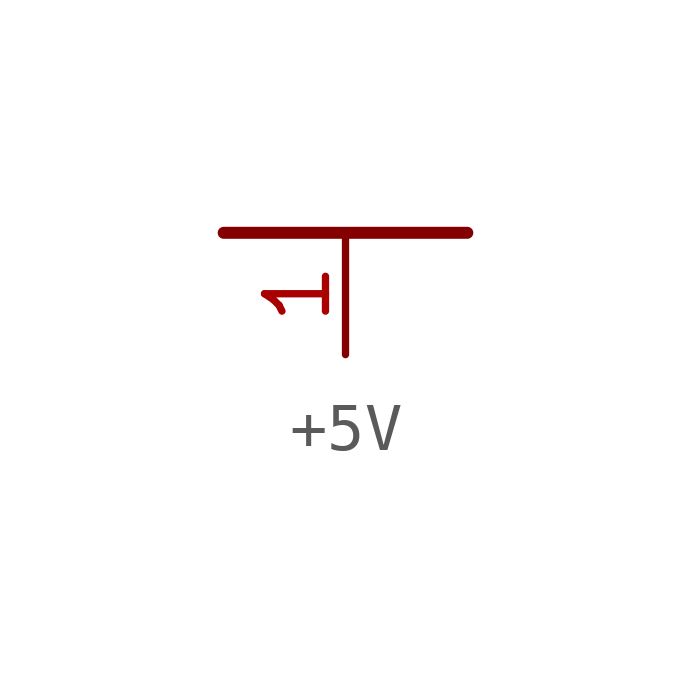
<source format=kicad_sym>
(kicad_symbol_lib
  (version 20231120)
  (generator "kicad_symbol_editor")
  (generator_version "8.0")
  (symbol "+5V"
    (power)
    (property "Reference" "#NetPort"
      (at 0 0 0)
      (effects (font (size 1.27 1.27)) (hide yes)))
    (property "ki_locked" ""
      (at 0 0 0)
      (effects (font (size 1.27 1.27))))
    (symbol "+5V_1_0"
      (polyline (pts (xy -2.54 0) (xy 2.54 0)) (stroke (width 0.25) (type solid)) (fill (type none)))
      (pin power_in line (at 0 -2.54 90) (length 2.54) (name "+5V" (effects (font (size 0 0)))) (number "1" (effects (font (size 1.27 1.27))))))))
</source>
